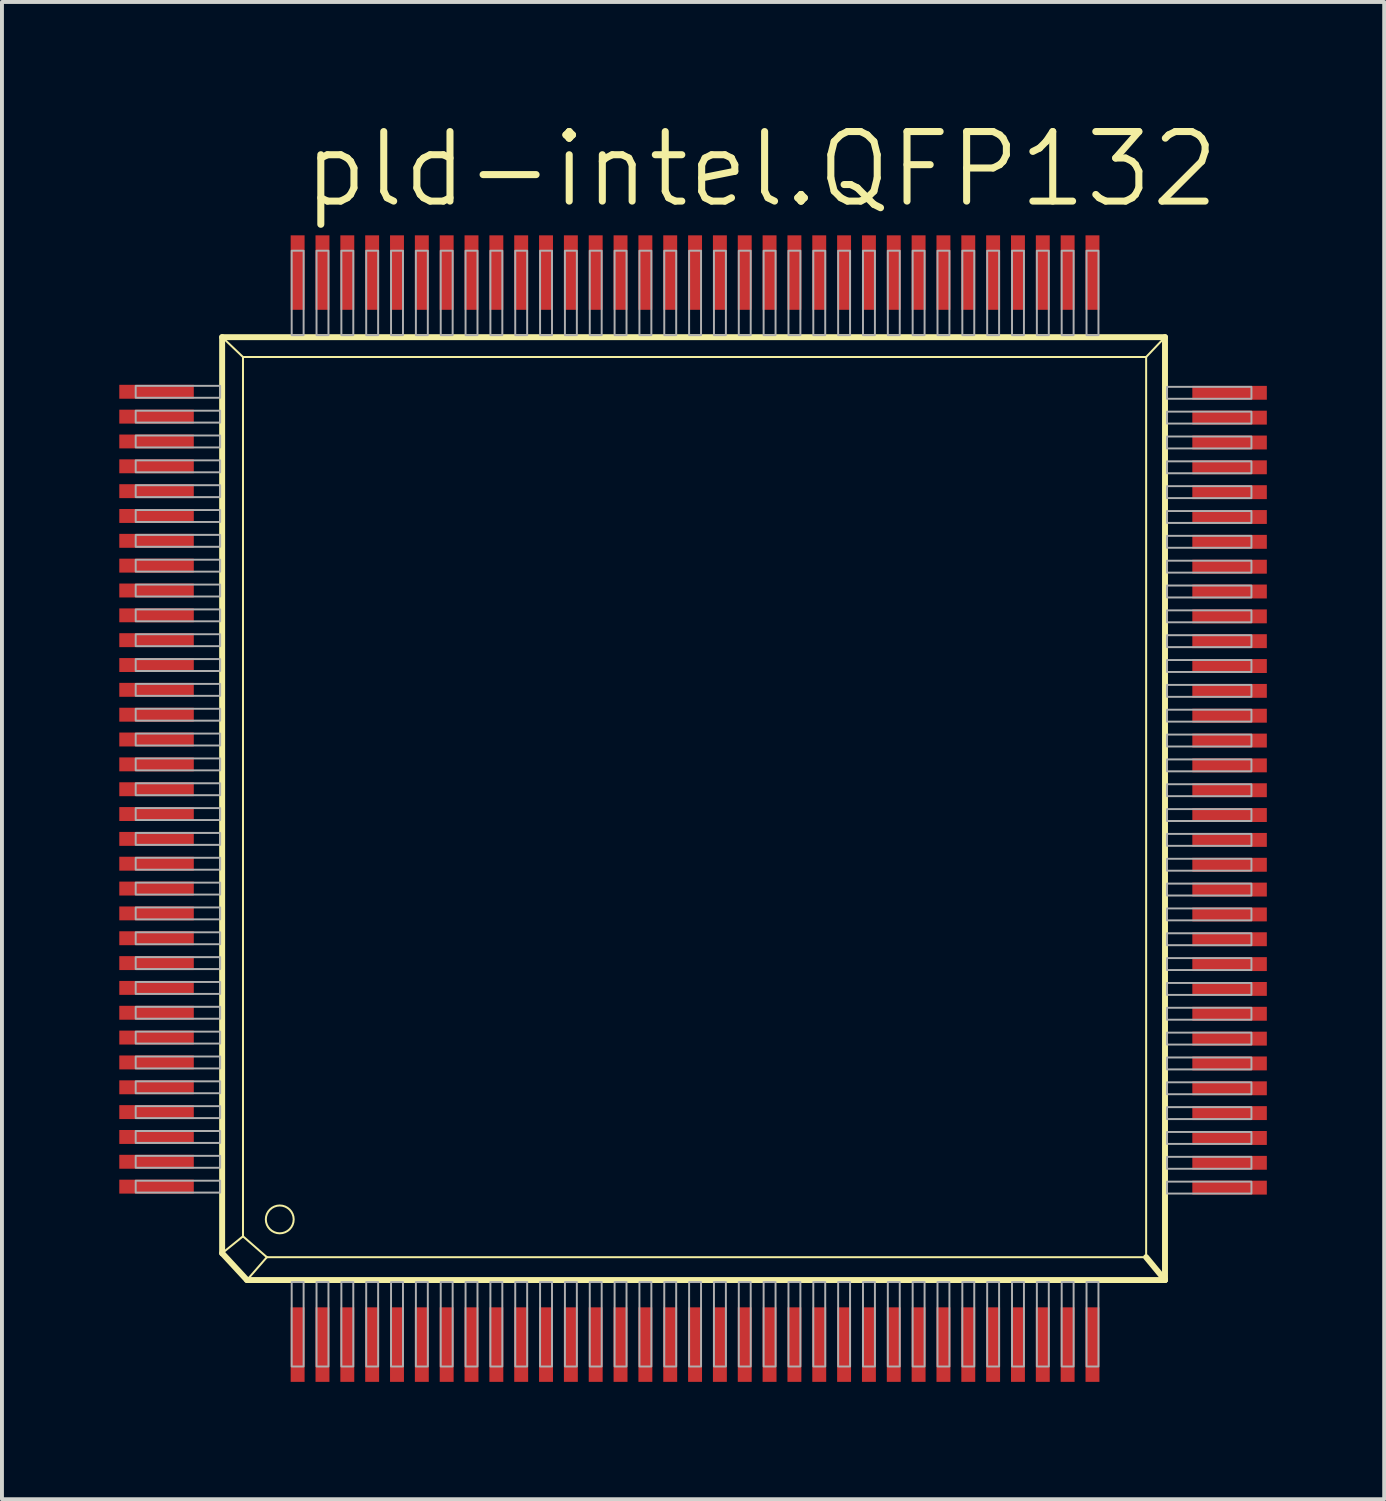
<source format=kicad_pcb>
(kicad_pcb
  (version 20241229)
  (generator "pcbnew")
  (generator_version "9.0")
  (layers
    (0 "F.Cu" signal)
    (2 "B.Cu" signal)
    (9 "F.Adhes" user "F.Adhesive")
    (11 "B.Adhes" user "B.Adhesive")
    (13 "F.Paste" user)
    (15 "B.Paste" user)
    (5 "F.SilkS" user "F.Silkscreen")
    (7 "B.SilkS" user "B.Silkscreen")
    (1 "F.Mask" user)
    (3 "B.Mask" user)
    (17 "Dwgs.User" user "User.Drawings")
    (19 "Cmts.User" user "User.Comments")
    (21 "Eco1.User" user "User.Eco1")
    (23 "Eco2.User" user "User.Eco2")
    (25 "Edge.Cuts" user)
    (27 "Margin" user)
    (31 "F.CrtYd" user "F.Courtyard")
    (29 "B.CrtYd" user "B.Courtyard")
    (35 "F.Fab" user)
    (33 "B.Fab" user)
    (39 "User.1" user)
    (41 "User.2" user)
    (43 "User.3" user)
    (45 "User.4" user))
  (footprint "pld-intel.QFP132"
    (layer "F.Cu")
    (at 14.77 17.685)
    (property "Reference" "pld-intel.QFP132" (at -10.16 -15.367 0) (layer "F.SilkS") (effects (font (size 1.778 1.778) (thickness 0.18)) (justify left bottom)))
    (attr smd)
    (fp_line (start -12.141 -12.116) (end -11.608 -11.608) (stroke (width 0.051) (type default)) (layer "F.SilkS"))
    (fp_line (start -12.141 11.303) (end -12.141 -12.116) (stroke (width 0.152) (type default)) (layer "F.SilkS"))
    (fp_line (start -12.141 11.303) (end -11.608 10.871) (stroke (width 0.051) (type default)) (layer "F.SilkS"))
    (fp_line (start -12.141 11.303) (end -11.506 11.989) (stroke (width 0.152) (type default)) (layer "F.SilkS"))
    (fp_line (start -11.608 -11.608) (end -11.608 10.871) (stroke (width 0.051) (type default)) (layer "F.SilkS"))
    (fp_line (start -11.608 -11.608) (end 11.481 -11.608) (stroke (width 0.051) (type default)) (layer "F.SilkS"))
    (fp_line (start -11.506 11.989) (end -10.998 11.405) (stroke (width 0.051) (type default)) (layer "F.SilkS"))
    (fp_line (start -11.506 11.989) (end 11.963 11.989) (stroke (width 0.152) (type default)) (layer "F.SilkS"))
    (fp_line (start -10.998 11.405) (end -11.608 10.871) (stroke (width 0.051) (type default)) (layer "F.SilkS"))
    (fp_line (start -10.998 11.405) (end 11.481 11.405) (stroke (width 0.051) (type default)) (layer "F.SilkS"))
    (fp_line (start 11.481 11.405) (end 11.481 -11.608) (stroke (width 0.051) (type default)) (layer "F.SilkS"))
    (fp_line (start 11.963 -12.116) (end -12.141 -12.116) (stroke (width 0.152) (type default)) (layer "F.SilkS"))
    (fp_line (start 11.963 -12.116) (end 11.481 -11.608) (stroke (width 0.051) (type default)) (layer "F.SilkS"))
    (fp_line (start 11.963 11.989) (end 11.481 11.405) (stroke (width 0.152) (type default)) (layer "F.SilkS"))
    (fp_line (start 11.963 11.989) (end 11.963 -12.116) (stroke (width 0.152) (type default)) (layer "F.SilkS"))
    (fp_circle (center -10.668 10.439) (end -10.312 10.439) (stroke (width 0.051) (type default)) (fill no) (layer "F.SilkS"))
    (fp_rect (start -14.351 -10.566) (end -12.192 -10.871) (stroke (width 0.05) (type default)) (fill no) (layer "F.Fab"))
    (fp_rect (start -14.351 -9.931) (end -12.192 -10.236) (stroke (width 0.05) (type default)) (fill no) (layer "F.Fab"))
    (fp_rect (start -14.351 -9.296) (end -12.192 -9.601) (stroke (width 0.05) (type default)) (fill no) (layer "F.Fab"))
    (fp_rect (start -14.351 -8.661) (end -12.192 -8.966) (stroke (width 0.05) (type default)) (fill no) (layer "F.Fab"))
    (fp_rect (start -14.351 -8.026) (end -12.192 -8.331) (stroke (width 0.05) (type default)) (fill no) (layer "F.Fab"))
    (fp_rect (start -14.351 -7.391) (end -12.192 -7.696) (stroke (width 0.05) (type default)) (fill no) (layer "F.Fab"))
    (fp_rect (start -14.351 -6.756) (end -12.192 -7.061) (stroke (width 0.05) (type default)) (fill no) (layer "F.Fab"))
    (fp_rect (start -14.351 -6.121) (end -12.192 -6.426) (stroke (width 0.05) (type default)) (fill no) (layer "F.Fab"))
    (fp_rect (start -14.351 -5.486) (end -12.192 -5.791) (stroke (width 0.05) (type default)) (fill no) (layer "F.Fab"))
    (fp_rect (start -14.351 -4.851) (end -12.192 -5.156) (stroke (width 0.05) (type default)) (fill no) (layer "F.Fab"))
    (fp_rect (start -14.351 -4.216) (end -12.192 -4.521) (stroke (width 0.05) (type default)) (fill no) (layer "F.Fab"))
    (fp_rect (start -14.351 -3.581) (end -12.192 -3.886) (stroke (width 0.05) (type default)) (fill no) (layer "F.Fab"))
    (fp_rect (start -14.351 -2.946) (end -12.192 -3.251) (stroke (width 0.05) (type default)) (fill no) (layer "F.Fab"))
    (fp_rect (start -14.351 -2.311) (end -12.192 -2.616) (stroke (width 0.05) (type default)) (fill no) (layer "F.Fab"))
    (fp_rect (start -14.351 -1.676) (end -12.192 -1.981) (stroke (width 0.05) (type default)) (fill no) (layer "F.Fab"))
    (fp_rect (start -14.351 -1.041) (end -12.192 -1.346) (stroke (width 0.05) (type default)) (fill no) (layer "F.Fab"))
    (fp_rect (start -14.351 -0.406) (end -12.192 -0.711) (stroke (width 0.05) (type default)) (fill no) (layer "F.Fab"))
    (fp_rect (start -14.351 0.229) (end -12.192 -0.076) (stroke (width 0.05) (type default)) (fill no) (layer "F.Fab"))
    (fp_rect (start -14.351 0.864) (end -12.192 0.559) (stroke (width 0.05) (type default)) (fill no) (layer "F.Fab"))
    (fp_rect (start -14.351 1.499) (end -12.192 1.194) (stroke (width 0.05) (type default)) (fill no) (layer "F.Fab"))
    (fp_rect (start -14.351 2.134) (end -12.192 1.829) (stroke (width 0.05) (type default)) (fill no) (layer "F.Fab"))
    (fp_rect (start -14.351 2.769) (end -12.192 2.464) (stroke (width 0.05) (type default)) (fill no) (layer "F.Fab"))
    (fp_rect (start -14.351 3.404) (end -12.192 3.099) (stroke (width 0.05) (type default)) (fill no) (layer "F.Fab"))
    (fp_rect (start -14.351 4.039) (end -12.192 3.734) (stroke (width 0.05) (type default)) (fill no) (layer "F.Fab"))
    (fp_rect (start -14.351 4.674) (end -12.192 4.369) (stroke (width 0.05) (type default)) (fill no) (layer "F.Fab"))
    (fp_rect (start -14.351 5.309) (end -12.192 5.004) (stroke (width 0.05) (type default)) (fill no) (layer "F.Fab"))
    (fp_rect (start -14.351 5.944) (end -12.192 5.639) (stroke (width 0.05) (type default)) (fill no) (layer "F.Fab"))
    (fp_rect (start -14.351 6.579) (end -12.192 6.274) (stroke (width 0.05) (type default)) (fill no) (layer "F.Fab"))
    (fp_rect (start -14.351 7.214) (end -12.192 6.909) (stroke (width 0.05) (type default)) (fill no) (layer "F.Fab"))
    (fp_rect (start -14.351 7.849) (end -12.192 7.544) (stroke (width 0.05) (type default)) (fill no) (layer "F.Fab"))
    (fp_rect (start -14.351 8.484) (end -12.192 8.179) (stroke (width 0.05) (type default)) (fill no) (layer "F.Fab"))
    (fp_rect (start -14.351 9.119) (end -12.192 8.814) (stroke (width 0.05) (type default)) (fill no) (layer "F.Fab"))
    (fp_rect (start -14.351 9.754) (end -12.192 9.449) (stroke (width 0.05) (type default)) (fill no) (layer "F.Fab"))
    (fp_rect (start -10.363 -12.167) (end -10.058 -14.326) (stroke (width 0.05) (type default)) (fill no) (layer "F.Fab"))
    (fp_rect (start -10.363 14.199) (end -10.058 12.04) (stroke (width 0.05) (type default)) (fill no) (layer "F.Fab"))
    (fp_rect (start -9.728 -12.167) (end -9.423 -14.326) (stroke (width 0.05) (type default)) (fill no) (layer "F.Fab"))
    (fp_rect (start -9.728 14.199) (end -9.423 12.04) (stroke (width 0.05) (type default)) (fill no) (layer "F.Fab"))
    (fp_rect (start -9.093 -12.167) (end -8.788 -14.326) (stroke (width 0.05) (type default)) (fill no) (layer "F.Fab"))
    (fp_rect (start -9.093 14.199) (end -8.788 12.04) (stroke (width 0.05) (type default)) (fill no) (layer "F.Fab"))
    (fp_rect (start -8.458 -12.167) (end -8.153 -14.326) (stroke (width 0.05) (type default)) (fill no) (layer "F.Fab"))
    (fp_rect (start -8.458 14.199) (end -8.153 12.04) (stroke (width 0.05) (type default)) (fill no) (layer "F.Fab"))
    (fp_rect (start -7.823 -12.167) (end -7.518 -14.326) (stroke (width 0.05) (type default)) (fill no) (layer "F.Fab"))
    (fp_rect (start -7.823 14.199) (end -7.518 12.04) (stroke (width 0.05) (type default)) (fill no) (layer "F.Fab"))
    (fp_rect (start -7.188 -12.167) (end -6.883 -14.326) (stroke (width 0.05) (type default)) (fill no) (layer "F.Fab"))
    (fp_rect (start -7.188 14.199) (end -6.883 12.04) (stroke (width 0.05) (type default)) (fill no) (layer "F.Fab"))
    (fp_rect (start -6.553 -12.167) (end -6.248 -14.326) (stroke (width 0.05) (type default)) (fill no) (layer "F.Fab"))
    (fp_rect (start -6.553 14.199) (end -6.248 12.04) (stroke (width 0.05) (type default)) (fill no) (layer "F.Fab"))
    (fp_rect (start -5.918 -12.167) (end -5.613 -14.326) (stroke (width 0.05) (type default)) (fill no) (layer "F.Fab"))
    (fp_rect (start -5.918 14.199) (end -5.613 12.04) (stroke (width 0.05) (type default)) (fill no) (layer "F.Fab"))
    (fp_rect (start -5.283 -12.167) (end -4.978 -14.326) (stroke (width 0.05) (type default)) (fill no) (layer "F.Fab"))
    (fp_rect (start -5.283 14.199) (end -4.978 12.04) (stroke (width 0.05) (type default)) (fill no) (layer "F.Fab"))
    (fp_rect (start -4.648 -12.167) (end -4.343 -14.326) (stroke (width 0.05) (type default)) (fill no) (layer "F.Fab"))
    (fp_rect (start -4.648 14.199) (end -4.343 12.04) (stroke (width 0.05) (type default)) (fill no) (layer "F.Fab"))
    (fp_rect (start -4.013 -12.167) (end -3.708 -14.326) (stroke (width 0.05) (type default)) (fill no) (layer "F.Fab"))
    (fp_rect (start -4.013 14.199) (end -3.708 12.04) (stroke (width 0.05) (type default)) (fill no) (layer "F.Fab"))
    (fp_rect (start -3.378 -12.167) (end -3.073 -14.326) (stroke (width 0.05) (type default)) (fill no) (layer "F.Fab"))
    (fp_rect (start -3.378 14.199) (end -3.073 12.04) (stroke (width 0.05) (type default)) (fill no) (layer "F.Fab"))
    (fp_rect (start -2.743 -12.167) (end -2.438 -14.326) (stroke (width 0.05) (type default)) (fill no) (layer "F.Fab"))
    (fp_rect (start -2.743 14.199) (end -2.438 12.04) (stroke (width 0.05) (type default)) (fill no) (layer "F.Fab"))
    (fp_rect (start -2.108 -12.167) (end -1.803 -14.326) (stroke (width 0.05) (type default)) (fill no) (layer "F.Fab"))
    (fp_rect (start -2.108 14.199) (end -1.803 12.04) (stroke (width 0.05) (type default)) (fill no) (layer "F.Fab"))
    (fp_rect (start -1.473 -12.167) (end -1.168 -14.326) (stroke (width 0.05) (type default)) (fill no) (layer "F.Fab"))
    (fp_rect (start -1.473 14.199) (end -1.168 12.04) (stroke (width 0.05) (type default)) (fill no) (layer "F.Fab"))
    (fp_rect (start -0.838 -12.167) (end -0.533 -14.326) (stroke (width 0.05) (type default)) (fill no) (layer "F.Fab"))
    (fp_rect (start -0.838 14.199) (end -0.533 12.04) (stroke (width 0.05) (type default)) (fill no) (layer "F.Fab"))
    (fp_rect (start -0.203 -12.167) (end 0.102 -14.326) (stroke (width 0.05) (type default)) (fill no) (layer "F.Fab"))
    (fp_rect (start -0.203 14.199) (end 0.102 12.04) (stroke (width 0.05) (type default)) (fill no) (layer "F.Fab"))
    (fp_rect (start 0.432 -12.167) (end 0.737 -14.326) (stroke (width 0.05) (type default)) (fill no) (layer "F.Fab"))
    (fp_rect (start 0.432 14.199) (end 0.737 12.04) (stroke (width 0.05) (type default)) (fill no) (layer "F.Fab"))
    (fp_rect (start 1.067 -12.167) (end 1.372 -14.326) (stroke (width 0.05) (type default)) (fill no) (layer "F.Fab"))
    (fp_rect (start 1.067 14.199) (end 1.372 12.04) (stroke (width 0.05) (type default)) (fill no) (layer "F.Fab"))
    (fp_rect (start 1.702 -12.167) (end 2.007 -14.326) (stroke (width 0.05) (type default)) (fill no) (layer "F.Fab"))
    (fp_rect (start 1.702 14.199) (end 2.007 12.04) (stroke (width 0.05) (type default)) (fill no) (layer "F.Fab"))
    (fp_rect (start 2.337 -12.167) (end 2.642 -14.326) (stroke (width 0.05) (type default)) (fill no) (layer "F.Fab"))
    (fp_rect (start 2.337 14.199) (end 2.642 12.04) (stroke (width 0.05) (type default)) (fill no) (layer "F.Fab"))
    (fp_rect (start 2.972 -12.167) (end 3.277 -14.326) (stroke (width 0.05) (type default)) (fill no) (layer "F.Fab"))
    (fp_rect (start 2.972 14.199) (end 3.277 12.04) (stroke (width 0.05) (type default)) (fill no) (layer "F.Fab"))
    (fp_rect (start 3.607 -12.167) (end 3.912 -14.326) (stroke (width 0.05) (type default)) (fill no) (layer "F.Fab"))
    (fp_rect (start 3.607 14.199) (end 3.912 12.04) (stroke (width 0.05) (type default)) (fill no) (layer "F.Fab"))
    (fp_rect (start 4.242 -12.167) (end 4.547 -14.326) (stroke (width 0.05) (type default)) (fill no) (layer "F.Fab"))
    (fp_rect (start 4.242 14.199) (end 4.547 12.04) (stroke (width 0.05) (type default)) (fill no) (layer "F.Fab"))
    (fp_rect (start 4.877 -12.167) (end 5.182 -14.326) (stroke (width 0.05) (type default)) (fill no) (layer "F.Fab"))
    (fp_rect (start 4.877 14.199) (end 5.182 12.04) (stroke (width 0.05) (type default)) (fill no) (layer "F.Fab"))
    (fp_rect (start 5.512 -12.167) (end 5.817 -14.326) (stroke (width 0.05) (type default)) (fill no) (layer "F.Fab"))
    (fp_rect (start 5.512 14.199) (end 5.817 12.04) (stroke (width 0.05) (type default)) (fill no) (layer "F.Fab"))
    (fp_rect (start 6.147 -12.167) (end 6.452 -14.326) (stroke (width 0.05) (type default)) (fill no) (layer "F.Fab"))
    (fp_rect (start 6.147 14.199) (end 6.452 12.04) (stroke (width 0.05) (type default)) (fill no) (layer "F.Fab"))
    (fp_rect (start 6.782 -12.167) (end 7.087 -14.326) (stroke (width 0.05) (type default)) (fill no) (layer "F.Fab"))
    (fp_rect (start 6.782 14.199) (end 7.087 12.04) (stroke (width 0.05) (type default)) (fill no) (layer "F.Fab"))
    (fp_rect (start 7.417 -12.167) (end 7.722 -14.326) (stroke (width 0.05) (type default)) (fill no) (layer "F.Fab"))
    (fp_rect (start 7.417 14.199) (end 7.722 12.04) (stroke (width 0.05) (type default)) (fill no) (layer "F.Fab"))
    (fp_rect (start 8.052 -12.167) (end 8.357 -14.326) (stroke (width 0.05) (type default)) (fill no) (layer "F.Fab"))
    (fp_rect (start 8.052 14.199) (end 8.357 12.04) (stroke (width 0.05) (type default)) (fill no) (layer "F.Fab"))
    (fp_rect (start 8.687 -12.167) (end 8.992 -14.326) (stroke (width 0.05) (type default)) (fill no) (layer "F.Fab"))
    (fp_rect (start 8.687 14.199) (end 8.992 12.04) (stroke (width 0.05) (type default)) (fill no) (layer "F.Fab"))
    (fp_rect (start 9.322 -12.167) (end 9.627 -14.326) (stroke (width 0.05) (type default)) (fill no) (layer "F.Fab"))
    (fp_rect (start 9.322 14.199) (end 9.627 12.04) (stroke (width 0.05) (type default)) (fill no) (layer "F.Fab"))
    (fp_rect (start 9.957 -12.167) (end 10.262 -14.326) (stroke (width 0.05) (type default)) (fill no) (layer "F.Fab"))
    (fp_rect (start 9.957 14.199) (end 10.262 12.04) (stroke (width 0.05) (type default)) (fill no) (layer "F.Fab"))
    (fp_rect (start 12.014 -10.541) (end 14.173 -10.846) (stroke (width 0.05) (type default)) (fill no) (layer "F.Fab"))
    (fp_rect (start 12.014 -9.906) (end 14.173 -10.211) (stroke (width 0.05) (type default)) (fill no) (layer "F.Fab"))
    (fp_rect (start 12.014 -9.271) (end 14.173 -9.576) (stroke (width 0.05) (type default)) (fill no) (layer "F.Fab"))
    (fp_rect (start 12.014 -8.636) (end 14.173 -8.941) (stroke (width 0.05) (type default)) (fill no) (layer "F.Fab"))
    (fp_rect (start 12.014 -8.001) (end 14.173 -8.306) (stroke (width 0.05) (type default)) (fill no) (layer "F.Fab"))
    (fp_rect (start 12.014 -7.366) (end 14.173 -7.671) (stroke (width 0.05) (type default)) (fill no) (layer "F.Fab"))
    (fp_rect (start 12.014 -6.731) (end 14.173 -7.036) (stroke (width 0.05) (type default)) (fill no) (layer "F.Fab"))
    (fp_rect (start 12.014 -6.096) (end 14.173 -6.401) (stroke (width 0.05) (type default)) (fill no) (layer "F.Fab"))
    (fp_rect (start 12.014 -5.461) (end 14.173 -5.766) (stroke (width 0.05) (type default)) (fill no) (layer "F.Fab"))
    (fp_rect (start 12.014 -4.826) (end 14.173 -5.131) (stroke (width 0.05) (type default)) (fill no) (layer "F.Fab"))
    (fp_rect (start 12.014 -4.191) (end 14.173 -4.496) (stroke (width 0.05) (type default)) (fill no) (layer "F.Fab"))
    (fp_rect (start 12.014 -3.556) (end 14.173 -3.861) (stroke (width 0.05) (type default)) (fill no) (layer "F.Fab"))
    (fp_rect (start 12.014 -2.921) (end 14.173 -3.226) (stroke (width 0.05) (type default)) (fill no) (layer "F.Fab"))
    (fp_rect (start 12.014 -2.286) (end 14.173 -2.591) (stroke (width 0.05) (type default)) (fill no) (layer "F.Fab"))
    (fp_rect (start 12.014 -1.651) (end 14.173 -1.956) (stroke (width 0.05) (type default)) (fill no) (layer "F.Fab"))
    (fp_rect (start 12.014 -1.016) (end 14.173 -1.321) (stroke (width 0.05) (type default)) (fill no) (layer "F.Fab"))
    (fp_rect (start 12.014 -0.381) (end 14.173 -0.686) (stroke (width 0.05) (type default)) (fill no) (layer "F.Fab"))
    (fp_rect (start 12.014 0.254) (end 14.173 -0.051) (stroke (width 0.05) (type default)) (fill no) (layer "F.Fab"))
    (fp_rect (start 12.014 0.889) (end 14.173 0.584) (stroke (width 0.05) (type default)) (fill no) (layer "F.Fab"))
    (fp_rect (start 12.014 1.524) (end 14.173 1.219) (stroke (width 0.05) (type default)) (fill no) (layer "F.Fab"))
    (fp_rect (start 12.014 2.159) (end 14.173 1.854) (stroke (width 0.05) (type default)) (fill no) (layer "F.Fab"))
    (fp_rect (start 12.014 2.794) (end 14.173 2.489) (stroke (width 0.05) (type default)) (fill no) (layer "F.Fab"))
    (fp_rect (start 12.014 3.429) (end 14.173 3.124) (stroke (width 0.05) (type default)) (fill no) (layer "F.Fab"))
    (fp_rect (start 12.014 4.064) (end 14.173 3.759) (stroke (width 0.05) (type default)) (fill no) (layer "F.Fab"))
    (fp_rect (start 12.014 4.699) (end 14.173 4.394) (stroke (width 0.05) (type default)) (fill no) (layer "F.Fab"))
    (fp_rect (start 12.014 5.334) (end 14.173 5.029) (stroke (width 0.05) (type default)) (fill no) (layer "F.Fab"))
    (fp_rect (start 12.014 5.969) (end 14.173 5.664) (stroke (width 0.05) (type default)) (fill no) (layer "F.Fab"))
    (fp_rect (start 12.014 6.604) (end 14.173 6.299) (stroke (width 0.05) (type default)) (fill no) (layer "F.Fab"))
    (fp_rect (start 12.014 7.239) (end 14.173 6.934) (stroke (width 0.05) (type default)) (fill no) (layer "F.Fab"))
    (fp_rect (start 12.014 7.874) (end 14.173 7.569) (stroke (width 0.05) (type default)) (fill no) (layer "F.Fab"))
    (fp_rect (start 12.014 8.509) (end 14.173 8.204) (stroke (width 0.05) (type default)) (fill no) (layer "F.Fab"))
    (fp_rect (start 12.014 9.144) (end 14.173 8.839) (stroke (width 0.05) (type default)) (fill no) (layer "F.Fab"))
    (fp_rect (start 12.014 9.779) (end 14.173 9.474) (stroke (width 0.05) (type default)) (fill no) (layer "F.Fab"))
    (pad "1" smd roundrect (at -10.211 13.64) (size 0.356 1.905) (layers "F.Cu" "F.Mask" "F.Paste") (roundrect_rratio 0.01))
    (pad "2" smd roundrect (at -9.576 13.64) (size 0.356 1.905) (layers "F.Cu" "F.Mask" "F.Paste") (roundrect_rratio 0.01))
    (pad "3" smd roundrect (at -8.941 13.64) (size 0.356 1.905) (layers "F.Cu" "F.Mask" "F.Paste") (roundrect_rratio 0.01))
    (pad "4" smd roundrect (at -8.306 13.64) (size 0.356 1.905) (layers "F.Cu" "F.Mask" "F.Paste") (roundrect_rratio 0.01))
    (pad "5" smd roundrect (at -7.671 13.64) (size 0.356 1.905) (layers "F.Cu" "F.Mask" "F.Paste") (roundrect_rratio 0.01))
    (pad "6" smd roundrect (at -7.036 13.64) (size 0.356 1.905) (layers "F.Cu" "F.Mask" "F.Paste") (roundrect_rratio 0.01))
    (pad "7" smd roundrect (at -6.401 13.64) (size 0.356 1.905) (layers "F.Cu" "F.Mask" "F.Paste") (roundrect_rratio 0.01))
    (pad "8" smd roundrect (at -5.766 13.64) (size 0.356 1.905) (layers "F.Cu" "F.Mask" "F.Paste") (roundrect_rratio 0.01))
    (pad "9" smd roundrect (at -5.131 13.64) (size 0.356 1.905) (layers "F.Cu" "F.Mask" "F.Paste") (roundrect_rratio 0.01))
    (pad "10" smd roundrect (at -4.496 13.64) (size 0.356 1.905) (layers "F.Cu" "F.Mask" "F.Paste") (roundrect_rratio 0.01))
    (pad "11" smd roundrect (at -3.861 13.64) (size 0.356 1.905) (layers "F.Cu" "F.Mask" "F.Paste") (roundrect_rratio 0.01))
    (pad "12" smd roundrect (at -3.226 13.64) (size 0.356 1.905) (layers "F.Cu" "F.Mask" "F.Paste") (roundrect_rratio 0.01))
    (pad "13" smd roundrect (at -2.591 13.64) (size 0.356 1.905) (layers "F.Cu" "F.Mask" "F.Paste") (roundrect_rratio 0.01))
    (pad "14" smd roundrect (at -1.956 13.64) (size 0.356 1.905) (layers "F.Cu" "F.Mask" "F.Paste") (roundrect_rratio 0.01))
    (pad "15" smd roundrect (at -1.321 13.64) (size 0.356 1.905) (layers "F.Cu" "F.Mask" "F.Paste") (roundrect_rratio 0.01))
    (pad "16" smd roundrect (at -0.686 13.64) (size 0.356 1.905) (layers "F.Cu" "F.Mask" "F.Paste") (roundrect_rratio 0.01))
    (pad "17" smd roundrect (at -0.051 13.64) (size 0.356 1.905) (layers "F.Cu" "F.Mask" "F.Paste") (roundrect_rratio 0.01))
    (pad "18" smd roundrect (at 0.584 13.64) (size 0.356 1.905) (layers "F.Cu" "F.Mask" "F.Paste") (roundrect_rratio 0.01))
    (pad "19" smd roundrect (at 1.219 13.64) (size 0.356 1.905) (layers "F.Cu" "F.Mask" "F.Paste") (roundrect_rratio 0.01))
    (pad "20" smd roundrect (at 1.854 13.64) (size 0.356 1.905) (layers "F.Cu" "F.Mask" "F.Paste") (roundrect_rratio 0.01))
    (pad "21" smd roundrect (at 2.489 13.64) (size 0.356 1.905) (layers "F.Cu" "F.Mask" "F.Paste") (roundrect_rratio 0.01))
    (pad "22" smd roundrect (at 3.124 13.64) (size 0.356 1.905) (layers "F.Cu" "F.Mask" "F.Paste") (roundrect_rratio 0.01))
    (pad "23" smd roundrect (at 3.759 13.64) (size 0.356 1.905) (layers "F.Cu" "F.Mask" "F.Paste") (roundrect_rratio 0.01))
    (pad "24" smd roundrect (at 4.394 13.64) (size 0.356 1.905) (layers "F.Cu" "F.Mask" "F.Paste") (roundrect_rratio 0.01))
    (pad "25" smd roundrect (at 5.029 13.64) (size 0.356 1.905) (layers "F.Cu" "F.Mask" "F.Paste") (roundrect_rratio 0.01))
    (pad "26" smd roundrect (at 5.664 13.64) (size 0.356 1.905) (layers "F.Cu" "F.Mask" "F.Paste") (roundrect_rratio 0.01))
    (pad "27" smd roundrect (at 6.299 13.64) (size 0.356 1.905) (layers "F.Cu" "F.Mask" "F.Paste") (roundrect_rratio 0.01))
    (pad "28" smd roundrect (at 6.934 13.64) (size 0.356 1.905) (layers "F.Cu" "F.Mask" "F.Paste") (roundrect_rratio 0.01))
    (pad "29" smd roundrect (at 7.569 13.64) (size 0.356 1.905) (layers "F.Cu" "F.Mask" "F.Paste") (roundrect_rratio 0.01))
    (pad "30" smd roundrect (at 8.204 13.64) (size 0.356 1.905) (layers "F.Cu" "F.Mask" "F.Paste") (roundrect_rratio 0.01))
    (pad "31" smd roundrect (at 8.839 13.64) (size 0.356 1.905) (layers "F.Cu" "F.Mask" "F.Paste") (roundrect_rratio 0.01))
    (pad "32" smd roundrect (at 9.474 13.64) (size 0.356 1.905) (layers "F.Cu" "F.Mask" "F.Paste") (roundrect_rratio 0.01))
    (pad "33" smd roundrect (at 10.109 13.64) (size 0.356 1.905) (layers "F.Cu" "F.Mask" "F.Paste") (roundrect_rratio 0.01))
    (pad "34" smd roundrect (at 13.614 9.627) (size 1.905 0.356) (layers "F.Cu" "F.Mask" "F.Paste") (roundrect_rratio 0.01))
    (pad "35" smd roundrect (at 13.614 8.992) (size 1.905 0.356) (layers "F.Cu" "F.Mask" "F.Paste") (roundrect_rratio 0.01))
    (pad "36" smd roundrect (at 13.614 8.357) (size 1.905 0.356) (layers "F.Cu" "F.Mask" "F.Paste") (roundrect_rratio 0.01))
    (pad "37" smd roundrect (at 13.614 7.722) (size 1.905 0.356) (layers "F.Cu" "F.Mask" "F.Paste") (roundrect_rratio 0.01))
    (pad "38" smd roundrect (at 13.614 7.087) (size 1.905 0.356) (layers "F.Cu" "F.Mask" "F.Paste") (roundrect_rratio 0.01))
    (pad "39" smd roundrect (at 13.614 6.452) (size 1.905 0.356) (layers "F.Cu" "F.Mask" "F.Paste") (roundrect_rratio 0.01))
    (pad "40" smd roundrect (at 13.614 5.817) (size 1.905 0.356) (layers "F.Cu" "F.Mask" "F.Paste") (roundrect_rratio 0.01))
    (pad "41" smd roundrect (at 13.614 5.182) (size 1.905 0.356) (layers "F.Cu" "F.Mask" "F.Paste") (roundrect_rratio 0.01))
    (pad "42" smd roundrect (at 13.614 4.547) (size 1.905 0.356) (layers "F.Cu" "F.Mask" "F.Paste") (roundrect_rratio 0.01))
    (pad "43" smd roundrect (at 13.614 3.912) (size 1.905 0.356) (layers "F.Cu" "F.Mask" "F.Paste") (roundrect_rratio 0.01))
    (pad "44" smd roundrect (at 13.614 3.277) (size 1.905 0.356) (layers "F.Cu" "F.Mask" "F.Paste") (roundrect_rratio 0.01))
    (pad "45" smd roundrect (at 13.614 2.642) (size 1.905 0.356) (layers "F.Cu" "F.Mask" "F.Paste") (roundrect_rratio 0.01))
    (pad "46" smd roundrect (at 13.614 2.007) (size 1.905 0.356) (layers "F.Cu" "F.Mask" "F.Paste") (roundrect_rratio 0.01))
    (pad "47" smd roundrect (at 13.614 1.372) (size 1.905 0.356) (layers "F.Cu" "F.Mask" "F.Paste") (roundrect_rratio 0.01))
    (pad "48" smd roundrect (at 13.614 0.737) (size 1.905 0.356) (layers "F.Cu" "F.Mask" "F.Paste") (roundrect_rratio 0.01))
    (pad "49" smd roundrect (at 13.614 0.102) (size 1.905 0.356) (layers "F.Cu" "F.Mask" "F.Paste") (roundrect_rratio 0.01))
    (pad "50" smd roundrect (at 13.614 -0.533) (size 1.905 0.356) (layers "F.Cu" "F.Mask" "F.Paste") (roundrect_rratio 0.01))
    (pad "51" smd roundrect (at 13.614 -1.168) (size 1.905 0.356) (layers "F.Cu" "F.Mask" "F.Paste") (roundrect_rratio 0.01))
    (pad "52" smd roundrect (at 13.614 -1.803) (size 1.905 0.356) (layers "F.Cu" "F.Mask" "F.Paste") (roundrect_rratio 0.01))
    (pad "53" smd roundrect (at 13.614 -2.438) (size 1.905 0.356) (layers "F.Cu" "F.Mask" "F.Paste") (roundrect_rratio 0.01))
    (pad "54" smd roundrect (at 13.614 -3.073) (size 1.905 0.356) (layers "F.Cu" "F.Mask" "F.Paste") (roundrect_rratio 0.01))
    (pad "55" smd roundrect (at 13.614 -3.708) (size 1.905 0.356) (layers "F.Cu" "F.Mask" "F.Paste") (roundrect_rratio 0.01))
    (pad "56" smd roundrect (at 13.614 -4.343) (size 1.905 0.356) (layers "F.Cu" "F.Mask" "F.Paste") (roundrect_rratio 0.01))
    (pad "57" smd roundrect (at 13.614 -4.978) (size 1.905 0.356) (layers "F.Cu" "F.Mask" "F.Paste") (roundrect_rratio 0.01))
    (pad "58" smd roundrect (at 13.614 -5.613) (size 1.905 0.356) (layers "F.Cu" "F.Mask" "F.Paste") (roundrect_rratio 0.01))
    (pad "59" smd roundrect (at 13.614 -6.248) (size 1.905 0.356) (layers "F.Cu" "F.Mask" "F.Paste") (roundrect_rratio 0.01))
    (pad "60" smd roundrect (at 13.614 -6.883) (size 1.905 0.356) (layers "F.Cu" "F.Mask" "F.Paste") (roundrect_rratio 0.01))
    (pad "61" smd roundrect (at 13.614 -7.518) (size 1.905 0.356) (layers "F.Cu" "F.Mask" "F.Paste") (roundrect_rratio 0.01))
    (pad "62" smd roundrect (at 13.614 -8.153) (size 1.905 0.356) (layers "F.Cu" "F.Mask" "F.Paste") (roundrect_rratio 0.01))
    (pad "63" smd roundrect (at 13.614 -8.788) (size 1.905 0.356) (layers "F.Cu" "F.Mask" "F.Paste") (roundrect_rratio 0.01))
    (pad "64" smd roundrect (at 13.614 -9.423) (size 1.905 0.356) (layers "F.Cu" "F.Mask" "F.Paste") (roundrect_rratio 0.01))
    (pad "65" smd roundrect (at 13.614 -10.058) (size 1.905 0.356) (layers "F.Cu" "F.Mask" "F.Paste") (roundrect_rratio 0.01))
    (pad "66" smd roundrect (at 13.614 -10.693) (size 1.905 0.356) (layers "F.Cu" "F.Mask" "F.Paste") (roundrect_rratio 0.01))
    (pad "67" smd roundrect (at 10.109 -13.767) (size 0.356 1.905) (layers "F.Cu" "F.Mask" "F.Paste") (roundrect_rratio 0.01))
    (pad "68" smd roundrect (at 9.474 -13.767) (size 0.356 1.905) (layers "F.Cu" "F.Mask" "F.Paste") (roundrect_rratio 0.01))
    (pad "69" smd roundrect (at 8.839 -13.767) (size 0.356 1.905) (layers "F.Cu" "F.Mask" "F.Paste") (roundrect_rratio 0.01))
    (pad "70" smd roundrect (at 8.204 -13.767) (size 0.356 1.905) (layers "F.Cu" "F.Mask" "F.Paste") (roundrect_rratio 0.01))
    (pad "71" smd roundrect (at 7.569 -13.767) (size 0.356 1.905) (layers "F.Cu" "F.Mask" "F.Paste") (roundrect_rratio 0.01))
    (pad "72" smd roundrect (at 6.934 -13.767) (size 0.356 1.905) (layers "F.Cu" "F.Mask" "F.Paste") (roundrect_rratio 0.01))
    (pad "73" smd roundrect (at 6.299 -13.767) (size 0.356 1.905) (layers "F.Cu" "F.Mask" "F.Paste") (roundrect_rratio 0.01))
    (pad "74" smd roundrect (at 5.664 -13.767) (size 0.356 1.905) (layers "F.Cu" "F.Mask" "F.Paste") (roundrect_rratio 0.01))
    (pad "75" smd roundrect (at 5.029 -13.767) (size 0.356 1.905) (layers "F.Cu" "F.Mask" "F.Paste") (roundrect_rratio 0.01))
    (pad "76" smd roundrect (at 4.394 -13.767) (size 0.356 1.905) (layers "F.Cu" "F.Mask" "F.Paste") (roundrect_rratio 0.01))
    (pad "77" smd roundrect (at 3.759 -13.767) (size 0.356 1.905) (layers "F.Cu" "F.Mask" "F.Paste") (roundrect_rratio 0.01))
    (pad "78" smd roundrect (at 3.124 -13.767) (size 0.356 1.905) (layers "F.Cu" "F.Mask" "F.Paste") (roundrect_rratio 0.01))
    (pad "79" smd roundrect (at 2.489 -13.767) (size 0.356 1.905) (layers "F.Cu" "F.Mask" "F.Paste") (roundrect_rratio 0.01))
    (pad "80" smd roundrect (at 1.854 -13.767) (size 0.356 1.905) (layers "F.Cu" "F.Mask" "F.Paste") (roundrect_rratio 0.01))
    (pad "81" smd roundrect (at 1.219 -13.767) (size 0.356 1.905) (layers "F.Cu" "F.Mask" "F.Paste") (roundrect_rratio 0.01))
    (pad "82" smd roundrect (at 0.584 -13.767) (size 0.356 1.905) (layers "F.Cu" "F.Mask" "F.Paste") (roundrect_rratio 0.01))
    (pad "83" smd roundrect (at -0.051 -13.767) (size 0.356 1.905) (layers "F.Cu" "F.Mask" "F.Paste") (roundrect_rratio 0.01))
    (pad "84" smd roundrect (at -0.686 -13.767) (size 0.356 1.905) (layers "F.Cu" "F.Mask" "F.Paste") (roundrect_rratio 0.01))
    (pad "85" smd roundrect (at -1.321 -13.767) (size 0.356 1.905) (layers "F.Cu" "F.Mask" "F.Paste") (roundrect_rratio 0.01))
    (pad "86" smd roundrect (at -1.956 -13.767) (size 0.356 1.905) (layers "F.Cu" "F.Mask" "F.Paste") (roundrect_rratio 0.01))
    (pad "87" smd roundrect (at -2.591 -13.767) (size 0.356 1.905) (layers "F.Cu" "F.Mask" "F.Paste") (roundrect_rratio 0.01))
    (pad "88" smd roundrect (at -3.226 -13.767) (size 0.356 1.905) (layers "F.Cu" "F.Mask" "F.Paste") (roundrect_rratio 0.01))
    (pad "89" smd roundrect (at -3.861 -13.767) (size 0.356 1.905) (layers "F.Cu" "F.Mask" "F.Paste") (roundrect_rratio 0.01))
    (pad "90" smd roundrect (at -4.496 -13.767) (size 0.356 1.905) (layers "F.Cu" "F.Mask" "F.Paste") (roundrect_rratio 0.01))
    (pad "91" smd roundrect (at -5.131 -13.767) (size 0.356 1.905) (layers "F.Cu" "F.Mask" "F.Paste") (roundrect_rratio 0.01))
    (pad "92" smd roundrect (at -5.766 -13.767) (size 0.356 1.905) (layers "F.Cu" "F.Mask" "F.Paste") (roundrect_rratio 0.01))
    (pad "93" smd roundrect (at -6.401 -13.767) (size 0.356 1.905) (layers "F.Cu" "F.Mask" "F.Paste") (roundrect_rratio 0.01))
    (pad "94" smd roundrect (at -7.036 -13.767) (size 0.356 1.905) (layers "F.Cu" "F.Mask" "F.Paste") (roundrect_rratio 0.01))
    (pad "95" smd roundrect (at -7.671 -13.767) (size 0.356 1.905) (layers "F.Cu" "F.Mask" "F.Paste") (roundrect_rratio 0.01))
    (pad "96" smd roundrect (at -8.306 -13.767) (size 0.356 1.905) (layers "F.Cu" "F.Mask" "F.Paste") (roundrect_rratio 0.01))
    (pad "97" smd roundrect (at -8.941 -13.767) (size 0.356 1.905) (layers "F.Cu" "F.Mask" "F.Paste") (roundrect_rratio 0.01))
    (pad "98" smd roundrect (at -9.576 -13.767) (size 0.356 1.905) (layers "F.Cu" "F.Mask" "F.Paste") (roundrect_rratio 0.01))
    (pad "99" smd roundrect (at -10.211 -13.767) (size 0.356 1.905) (layers "F.Cu" "F.Mask" "F.Paste") (roundrect_rratio 0.01))
    (pad "100" smd roundrect (at -13.818 -10.719) (size 1.905 0.356) (layers "F.Cu" "F.Mask" "F.Paste") (roundrect_rratio 0.01))
    (pad "101" smd roundrect (at -13.818 -10.084) (size 1.905 0.356) (layers "F.Cu" "F.Mask" "F.Paste") (roundrect_rratio 0.01))
    (pad "102" smd roundrect (at -13.818 -9.449) (size 1.905 0.356) (layers "F.Cu" "F.Mask" "F.Paste") (roundrect_rratio 0.01))
    (pad "103" smd roundrect (at -13.818 -8.814) (size 1.905 0.356) (layers "F.Cu" "F.Mask" "F.Paste") (roundrect_rratio 0.01))
    (pad "104" smd roundrect (at -13.818 -8.179) (size 1.905 0.356) (layers "F.Cu" "F.Mask" "F.Paste") (roundrect_rratio 0.01))
    (pad "105" smd roundrect (at -13.818 -7.544) (size 1.905 0.356) (layers "F.Cu" "F.Mask" "F.Paste") (roundrect_rratio 0.01))
    (pad "106" smd roundrect (at -13.818 -6.909) (size 1.905 0.356) (layers "F.Cu" "F.Mask" "F.Paste") (roundrect_rratio 0.01))
    (pad "107" smd roundrect (at -13.818 -6.274) (size 1.905 0.356) (layers "F.Cu" "F.Mask" "F.Paste") (roundrect_rratio 0.01))
    (pad "108" smd roundrect (at -13.818 -5.639) (size 1.905 0.356) (layers "F.Cu" "F.Mask" "F.Paste") (roundrect_rratio 0.01))
    (pad "109" smd roundrect (at -13.818 -5.004) (size 1.905 0.356) (layers "F.Cu" "F.Mask" "F.Paste") (roundrect_rratio 0.01))
    (pad "110" smd roundrect (at -13.818 -4.369) (size 1.905 0.356) (layers "F.Cu" "F.Mask" "F.Paste") (roundrect_rratio 0.01))
    (pad "111" smd roundrect (at -13.818 -3.734) (size 1.905 0.356) (layers "F.Cu" "F.Mask" "F.Paste") (roundrect_rratio 0.01))
    (pad "112" smd roundrect (at -13.818 -3.099) (size 1.905 0.356) (layers "F.Cu" "F.Mask" "F.Paste") (roundrect_rratio 0.01))
    (pad "113" smd roundrect (at -13.818 -2.464) (size 1.905 0.356) (layers "F.Cu" "F.Mask" "F.Paste") (roundrect_rratio 0.01))
    (pad "114" smd roundrect (at -13.818 -1.829) (size 1.905 0.356) (layers "F.Cu" "F.Mask" "F.Paste") (roundrect_rratio 0.01))
    (pad "115" smd roundrect (at -13.818 -1.194) (size 1.905 0.356) (layers "F.Cu" "F.Mask" "F.Paste") (roundrect_rratio 0.01))
    (pad "116" smd roundrect (at -13.818 -0.559) (size 1.905 0.356) (layers "F.Cu" "F.Mask" "F.Paste") (roundrect_rratio 0.01))
    (pad "117" smd roundrect (at -13.818 0.076) (size 1.905 0.356) (layers "F.Cu" "F.Mask" "F.Paste") (roundrect_rratio 0.01))
    (pad "118" smd roundrect (at -13.818 0.711) (size 1.905 0.356) (layers "F.Cu" "F.Mask" "F.Paste") (roundrect_rratio 0.01))
    (pad "119" smd roundrect (at -13.818 1.346) (size 1.905 0.356) (layers "F.Cu" "F.Mask" "F.Paste") (roundrect_rratio 0.01))
    (pad "120" smd roundrect (at -13.818 1.981) (size 1.905 0.356) (layers "F.Cu" "F.Mask" "F.Paste") (roundrect_rratio 0.01))
    (pad "121" smd roundrect (at -13.818 2.616) (size 1.905 0.356) (layers "F.Cu" "F.Mask" "F.Paste") (roundrect_rratio 0.01))
    (pad "122" smd roundrect (at -13.818 3.251) (size 1.905 0.356) (layers "F.Cu" "F.Mask" "F.Paste") (roundrect_rratio 0.01))
    (pad "123" smd roundrect (at -13.818 3.886) (size 1.905 0.356) (layers "F.Cu" "F.Mask" "F.Paste") (roundrect_rratio 0.01))
    (pad "124" smd roundrect (at -13.818 4.521) (size 1.905 0.356) (layers "F.Cu" "F.Mask" "F.Paste") (roundrect_rratio 0.01))
    (pad "125" smd roundrect (at -13.818 5.156) (size 1.905 0.356) (layers "F.Cu" "F.Mask" "F.Paste") (roundrect_rratio 0.01))
    (pad "126" smd roundrect (at -13.818 5.791) (size 1.905 0.356) (layers "F.Cu" "F.Mask" "F.Paste") (roundrect_rratio 0.01))
    (pad "127" smd roundrect (at -13.818 6.426) (size 1.905 0.356) (layers "F.Cu" "F.Mask" "F.Paste") (roundrect_rratio 0.01))
    (pad "128" smd roundrect (at -13.818 7.061) (size 1.905 0.356) (layers "F.Cu" "F.Mask" "F.Paste") (roundrect_rratio 0.01))
    (pad "129" smd roundrect (at -13.818 7.696) (size 1.905 0.356) (layers "F.Cu" "F.Mask" "F.Paste") (roundrect_rratio 0.01))
    (pad "130" smd roundrect (at -13.818 8.331) (size 1.905 0.356) (layers "F.Cu" "F.Mask" "F.Paste") (roundrect_rratio 0.01))
    (pad "131" smd roundrect (at -13.818 8.966) (size 1.905 0.356) (layers "F.Cu" "F.Mask" "F.Paste") (roundrect_rratio 0.01))
    (pad "132" smd roundrect (at -13.818 9.601) (size 1.905 0.356) (layers "F.Cu" "F.Mask" "F.Paste") (roundrect_rratio 0.01)))
  (gr_rect
    (start -3 -3)
    (end 32.337 35.277)
    (stroke (width 0.1) (type default))
    (fill no)
    (layer "Edge.Cuts")))
</source>
